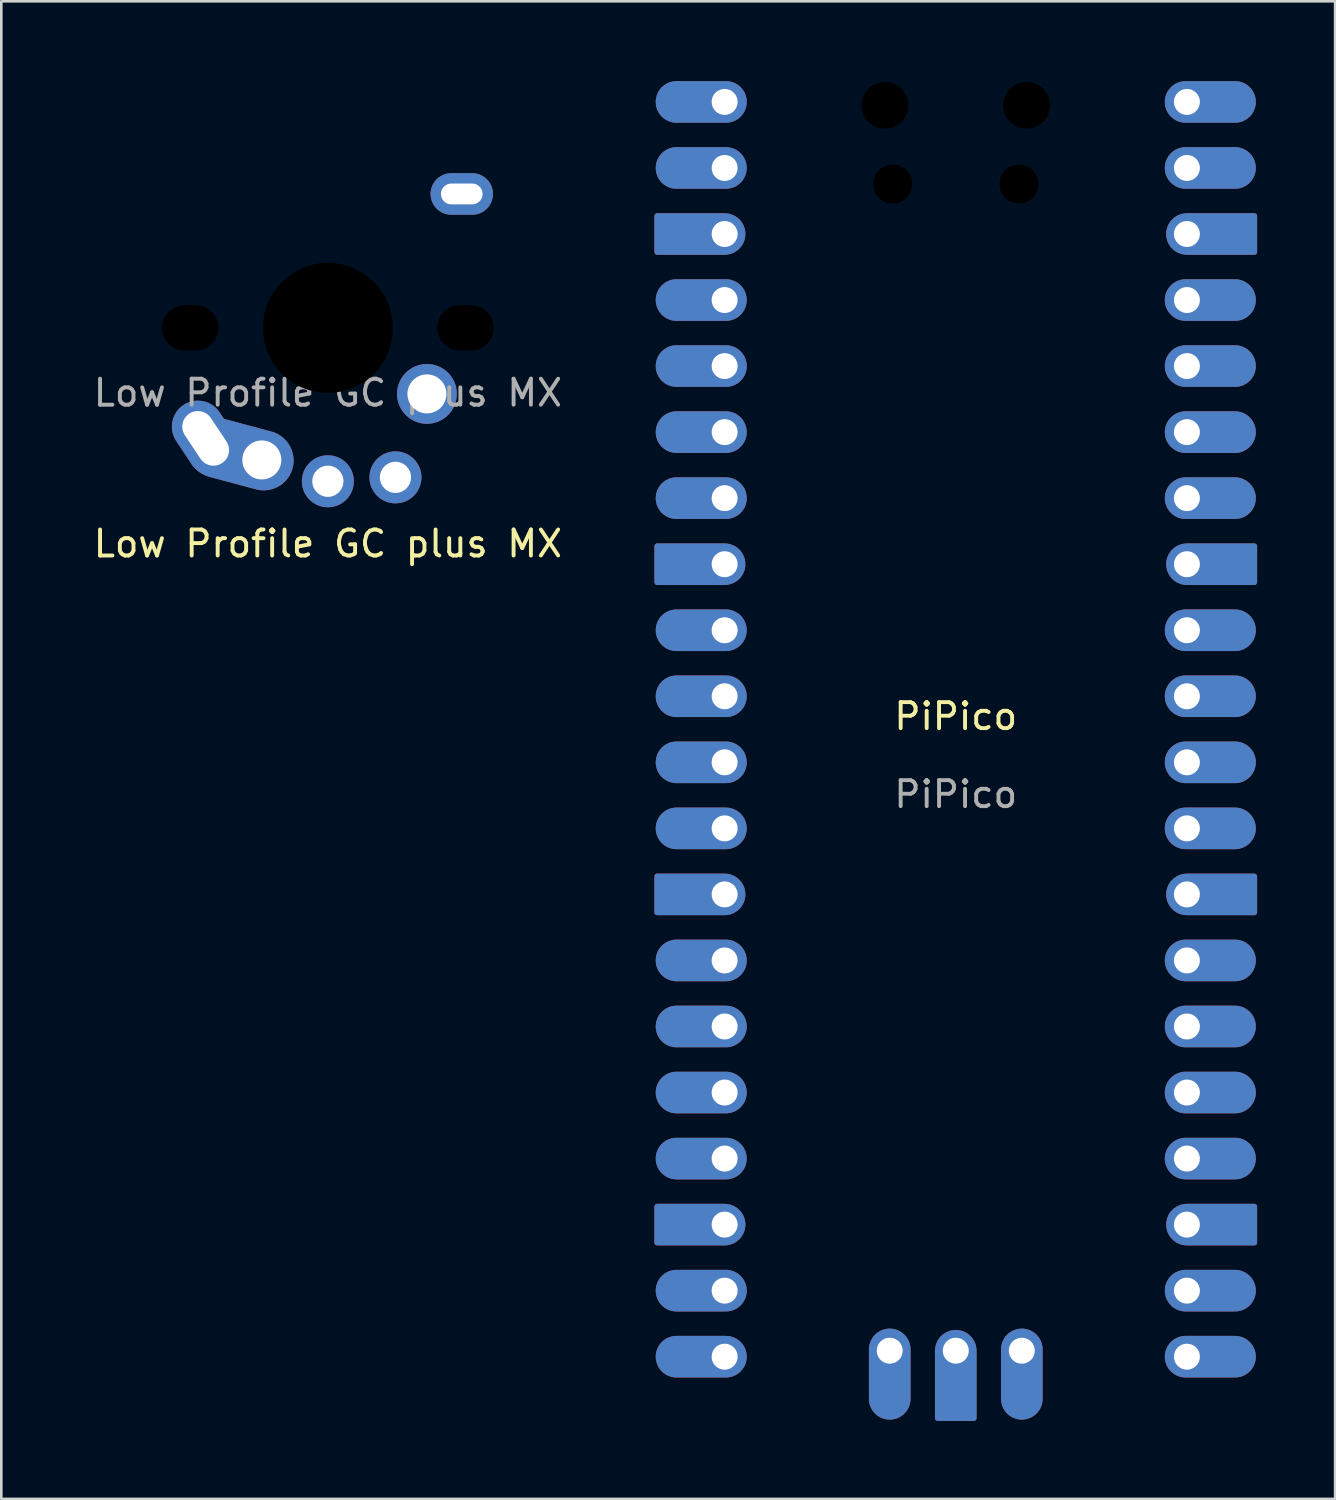
<source format=kicad_pcb>
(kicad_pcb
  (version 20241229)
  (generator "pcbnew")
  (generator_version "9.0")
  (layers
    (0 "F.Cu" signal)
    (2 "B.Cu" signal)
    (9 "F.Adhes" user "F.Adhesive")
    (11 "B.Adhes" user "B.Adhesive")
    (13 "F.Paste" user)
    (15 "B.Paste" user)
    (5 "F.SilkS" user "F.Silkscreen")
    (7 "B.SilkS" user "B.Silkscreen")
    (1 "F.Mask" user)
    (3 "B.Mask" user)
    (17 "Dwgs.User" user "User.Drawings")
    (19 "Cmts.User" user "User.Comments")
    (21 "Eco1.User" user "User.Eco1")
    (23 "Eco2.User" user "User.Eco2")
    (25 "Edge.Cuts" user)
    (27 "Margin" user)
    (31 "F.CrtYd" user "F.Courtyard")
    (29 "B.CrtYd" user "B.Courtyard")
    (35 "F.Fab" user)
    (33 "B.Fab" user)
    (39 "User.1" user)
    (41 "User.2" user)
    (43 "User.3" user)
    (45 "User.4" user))
  (footprint "Low Profile GC plus MX"
    (layer "F.Cu")
    (at 9.56 9.56)
    (property "Reference" "Low Profile GC plus MX" (at 0 8.3 0) (unlocked yes) (layer "F.SilkS") (effects (font (size 1 1) (thickness 0.15))))
    (attr through_hole)
    (fp_line (start -7.5 -7) (end -7 -7.5) (stroke (width 0.12) (type solid)) (layer "User.1"))
    (fp_line (start -7.5 7) (end -7.5 -7) (stroke (width 0.12) (type solid)) (layer "User.1"))
    (fp_line (start -7 -7.5) (end 7 -7.5) (stroke (width 0.12) (type solid)) (layer "User.1"))
    (fp_line (start -7 7.5) (end -7.5 7) (stroke (width 0.12) (type solid)) (layer "User.1"))
    (fp_line (start 7 -7.5) (end 7.5 -7) (stroke (width 0.12) (type solid)) (layer "User.1"))
    (fp_line (start 7 7.5) (end -7 7.5) (stroke (width 0.12) (type solid)) (layer "User.1"))
    (fp_line (start 7.5 -7) (end 7.5 7) (stroke (width 0.12) (type solid)) (layer "User.1"))
    (fp_line (start 7.5 7) (end 7 7.5) (stroke (width 0.12) (type solid)) (layer "User.1"))
    (fp_rect (start -9.5 -9.5) (end 9.5 9.5) (stroke (width 0.12) (type solid)) (fill no) (layer "User.1"))
    (fp_text user "${REFERENCE}" (at 0 2.5 0) (unlocked yes) (layer "F.Fab") (effects (font (size 1 1) (thickness 0.15))))
    (pad "" np_thru_hole oval (at -5.29 0) (size 2.17 1.75) (drill oval 2.17 1.75) (layers "*.Mask"))
    (pad "" np_thru_hole circle (at 0 0) (size 5 5) (drill 5) (layers "*.Mask"))
    (pad "" thru_hole oval (at 5.15 -5.15) (size 2.4 1.6) (drill oval 1.6 0.8) (layers "*.Cu" "*.Mask"))
    (pad "" np_thru_hole oval (at 5.29 0) (size 2.17 1.75) (drill oval 2.17 1.75) (layers "*.Mask"))
    (pad "1" thru_hole oval (at -4.7 4.25 303.6) (size 3.082 2) (drill oval 2.282 1.2) (layers "*.Cu" "*.Mask"))
    (pad "1" thru_hole oval (at -2.54 5.08 345) (size 4.15 2.3) (drill 1.5 (offset -0.85 0)) (layers "*.Cu" "*.Mask"))
    (pad "2" thru_hole circle (at 0 5.9) (size 2 2) (drill 1.2) (layers "*.Cu" "*.Mask"))
    (pad "2" thru_hole circle (at 2.6 5.75) (size 2 2) (drill 1.2) (layers "*.Cu" "*.Mask"))
    (pad "2" thru_hole circle (at 3.81 2.54) (size 2.3 2.3) (drill 1.5) (layers "*.Cu" "*.Mask")))
  (footprint "PiPico"
    (layer "F.Cu")
    (at 33.71 25)
    (property "Reference" "PiPico" (at 0 -0.5 0) (unlocked yes) (layer "F.SilkS") (effects (font (size 1 1) (thickness 0.15))))
    (attr through_hole)
    (fp_text user "${REFERENCE}" (at 0 2.5 0) (unlocked yes) (layer "F.Fab") (effects (font (size 1 1) (thickness 0.15))))
    (pad "" np_thru_hole oval (at -2.725 -24) (size 1.8 1.8) (drill 1.8) (layers "*.Mask"))
    (pad "" np_thru_hole oval (at -2.425 -20.97) (size 1.5 1.5) (drill 1.5) (layers "*.Mask"))
    (pad "" np_thru_hole oval (at 2.425 -20.97) (size 1.5 1.5) (drill 1.5) (layers "*.Mask"))
    (pad "" np_thru_hole oval (at 2.725 -24) (size 1.8 1.8) (drill 1.8) (layers "*.Mask"))
    (pad "1" thru_hole oval (at -8.89 -24.13) (size 3.5 1.6) (drill 1 (offset -0.9 0)) (layers "*.Cu" "*.Mask"))
    (pad "2" thru_hole oval (at -8.89 -21.59) (size 3.5 1.6) (drill 1 (offset -0.9 0)) (layers "*.Cu" "*.Mask"))
    (pad "3" thru_hole custom (at -8.89 -19.05) (size 1.6 1.6) (drill 1) (layers "*.Cu" "*.Mask") (options (anchor circle)) (primitives (gr_poly (pts (xy -2.6 -0.7) (xy 0 -0.7) (xy 0 0.7) (xy -2.6 0.7)) (width 0.2) (fill yes))))
    (pad "4" thru_hole oval (at -8.89 -16.51) (size 3.5 1.6) (drill 1 (offset -0.9 0)) (layers "*.Cu" "*.Mask"))
    (pad "5" thru_hole oval (at -8.89 -13.97) (size 3.5 1.6) (drill 1 (offset -0.9 0)) (layers "*.Cu" "*.Mask"))
    (pad "6" thru_hole oval (at -8.89 -11.43) (size 3.5 1.6) (drill 1 (offset -0.9 0)) (layers "*.Cu" "*.Mask"))
    (pad "7" thru_hole oval (at -8.89 -8.89) (size 3.5 1.6) (drill 1 (offset -0.9 0)) (layers "*.Cu" "*.Mask"))
    (pad "8" thru_hole custom (at -8.89 -6.35) (size 1.6 1.6) (drill 1) (layers "*.Cu" "*.Mask") (options (anchor circle)) (primitives (gr_poly (pts (xy -2.6 -0.7) (xy 0 -0.7) (xy 0 0.7) (xy -2.6 0.7)) (width 0.2) (fill yes))))
    (pad "9" thru_hole oval (at -8.89 -3.81) (size 3.5 1.6) (drill 1 (offset -0.9 0)) (layers "*.Cu" "*.Mask"))
    (pad "10" thru_hole oval (at -8.89 -1.27) (size 3.5 1.6) (drill 1 (offset -0.9 0)) (layers "*.Cu" "*.Mask"))
    (pad "11" thru_hole oval (at -8.89 1.27) (size 3.5 1.6) (drill 1 (offset -0.9 0)) (layers "*.Cu" "*.Mask"))
    (pad "12" thru_hole oval (at -8.89 3.81) (size 3.5 1.6) (drill 1 (offset -0.9 0)) (layers "*.Cu" "*.Mask"))
    (pad "13" thru_hole custom (at -8.89 6.35) (size 1.6 1.6) (drill 1) (layers "*.Cu" "*.Mask") (options (anchor circle)) (primitives (gr_poly (pts (xy -2.6 -0.7) (xy 0 -0.7) (xy 0 0.7) (xy -2.6 0.7)) (width 0.2) (fill yes))))
    (pad "14" thru_hole oval (at -8.89 8.89) (size 3.5 1.6) (drill 1 (offset -0.9 0)) (layers "*.Cu" "*.Mask"))
    (pad "15" thru_hole oval (at -8.89 11.43) (size 3.5 1.6) (drill 1 (offset -0.9 0)) (layers "*.Cu" "*.Mask"))
    (pad "16" thru_hole oval (at -8.89 13.97) (size 3.5 1.6) (drill 1 (offset -0.9 0)) (layers "*.Cu" "*.Mask"))
    (pad "17" thru_hole oval (at -8.89 16.51) (size 3.5 1.6) (drill 1 (offset -0.9 0)) (layers "*.Cu" "*.Mask"))
    (pad "18" thru_hole custom (at -8.89 19.05) (size 1.6 1.6) (drill 1) (layers "*.Cu" "*.Mask") (options (anchor circle)) (primitives (gr_poly (pts (xy -2.6 -0.7) (xy 0 -0.7) (xy 0 0.7) (xy -2.6 0.7)) (width 0.2) (fill yes))))
    (pad "19" thru_hole oval (at -8.89 21.59) (size 3.5 1.6) (drill 1 (offset -0.9 0)) (layers "*.Cu" "*.Mask"))
    (pad "20" thru_hole oval (at -8.89 24.13) (size 3.5 1.6) (drill 1 (offset -0.9 0)) (layers "*.Cu" "*.Mask"))
    (pad "21" thru_hole oval (at 8.89 24.13 180) (size 3.5 1.6) (drill 1 (offset -0.9 0)) (layers "*.Cu" "*.Mask"))
    (pad "22" thru_hole oval (at 8.89 21.59 180) (size 3.5 1.6) (drill 1 (offset -0.9 0)) (layers "*.Cu" "*.Mask"))
    (pad "23" thru_hole custom (at 8.89 19.05 180) (size 1.6 1.6) (drill 1) (layers "*.Cu" "*.Mask") (options (anchor circle)) (primitives (gr_poly (pts (xy -2.6 -0.7) (xy 0 -0.7) (xy 0 0.7) (xy -2.6 0.7)) (width 0.2) (fill yes))))
    (pad "24" thru_hole oval (at 8.89 16.51 180) (size 3.5 1.6) (drill 1 (offset -0.9 0)) (layers "*.Cu" "*.Mask"))
    (pad "25" thru_hole oval (at 8.89 13.97 180) (size 3.5 1.6) (drill 1 (offset -0.9 0)) (layers "*.Cu" "*.Mask"))
    (pad "26" thru_hole oval (at 8.89 11.43 180) (size 3.5 1.6) (drill 1 (offset -0.9 0)) (layers "*.Cu" "*.Mask"))
    (pad "27" thru_hole oval (at 8.89 8.89 180) (size 3.5 1.6) (drill 1 (offset -0.9 0)) (layers "*.Cu" "*.Mask"))
    (pad "28" thru_hole custom (at 8.89 6.35 180) (size 1.6 1.6) (drill 1) (layers "*.Cu" "*.Mask") (options (anchor circle)) (primitives (gr_poly (pts (xy -2.6 -0.7) (xy 0 -0.7) (xy 0 0.7) (xy -2.6 0.7)) (width 0.2) (fill yes))))
    (pad "29" thru_hole oval (at 8.89 3.81 180) (size 3.5 1.6) (drill 1 (offset -0.9 0)) (layers "*.Cu" "*.Mask"))
    (pad "30" thru_hole oval (at 8.89 1.27 180) (size 3.5 1.6) (drill 1 (offset -0.9 0)) (layers "*.Cu" "*.Mask"))
    (pad "31" thru_hole oval (at 8.89 -1.27 180) (size 3.5 1.6) (drill 1 (offset -0.9 0)) (layers "*.Cu" "*.Mask"))
    (pad "32" thru_hole oval (at 8.89 -3.81 180) (size 3.5 1.6) (drill 1 (offset -0.9 0)) (layers "*.Cu" "*.Mask"))
    (pad "33" thru_hole custom (at 8.89 -6.35 180) (size 1.6 1.6) (drill 1) (layers "*.Cu" "*.Mask") (options (anchor circle)) (primitives (gr_poly (pts (xy -2.6 -0.7) (xy 0 -0.7) (xy 0 0.7) (xy -2.6 0.7)) (width 0.2) (fill yes))))
    (pad "34" thru_hole oval (at 8.89 -8.89 180) (size 3.5 1.6) (drill 1 (offset -0.9 0)) (layers "*.Cu" "*.Mask"))
    (pad "35" thru_hole oval (at 8.89 -11.43 180) (size 3.5 1.6) (drill 1 (offset -0.9 0)) (layers "*.Cu" "*.Mask"))
    (pad "36" thru_hole oval (at 8.89 -13.97 180) (size 3.5 1.6) (drill 1 (offset -0.9 0)) (layers "*.Cu" "*.Mask"))
    (pad "37" thru_hole oval (at 8.89 -16.51 180) (size 3.5 1.6) (drill 1 (offset -0.9 0)) (layers "*.Cu" "*.Mask"))
    (pad "38" thru_hole custom (at 8.89 -19.05 180) (size 1.6 1.6) (drill 1) (layers "*.Cu" "*.Mask") (options (anchor circle)) (primitives (gr_poly (pts (xy -2.6 -0.7) (xy 0 -0.7) (xy 0 0.7) (xy -2.6 0.7)) (width 0.2) (fill yes))))
    (pad "39" thru_hole oval (at 8.89 -21.59 180) (size 3.5 1.6) (drill 1 (offset -0.9 0)) (layers "*.Cu" "*.Mask"))
    (pad "40" thru_hole oval (at 8.89 -24.13 180) (size 3.5 1.6) (drill 1 (offset -0.9 0)) (layers "*.Cu" "*.Mask"))
    (pad "41" thru_hole oval (at -2.54 23.9 90) (size 3.5 1.6) (drill 1 (offset -0.9 0)) (layers "*.Cu" "*.Mask"))
    (pad "42" thru_hole custom (at 0 23.9 90) (size 1.6 1.6) (drill 1) (layers "*.Cu" "*.Mask") (options (anchor circle)) (primitives (gr_poly (pts (xy -2.6 -0.7) (xy 0 -0.7) (xy 0 0.7) (xy -2.6 0.7)) (width 0.2) (fill yes))))
    (pad "43" thru_hole oval (at 2.54 23.9 90) (size 3.5 1.6) (drill 1 (offset -0.9 0)) (layers "*.Cu" "*.Mask"))
    (zone (net_name "") (layer "F.Cu") (hatch edge 0.508) (connect_pads) (min_thickness 0.254) (filled_areas_thickness no) (keepout (tracks not_allowed) (vias not_allowed) (pads not_allowed) (copperpour not_allowed) (footprints allowed)) (placement (enabled no)) (fill) (polygon (pts (xy 32.31 13.57) (xy 30.11 13.57) (xy 30.11 6.4) (xy 32.31 6.4))))
    (zone (net_name "") (layer "F.Cu") (hatch edge 0.508) (connect_pads) (min_thickness 0.254) (filled_areas_thickness no) (keepout (tracks not_allowed) (vias not_allowed) (pads not_allowed) (copperpour not_allowed) (footprints allowed)) (placement (enabled no)) (fill) (polygon (pts (xy 37.51 4.9) (xy 29.91 4.9) (xy 29.9 0) (xy 37.52 0)))))
  (gr_rect
    (start -3 -3)
    (end 48.3 54.6)
    (stroke (width 0.1) (type default))
    (fill no)
    (layer "Edge.Cuts")))
</source>
